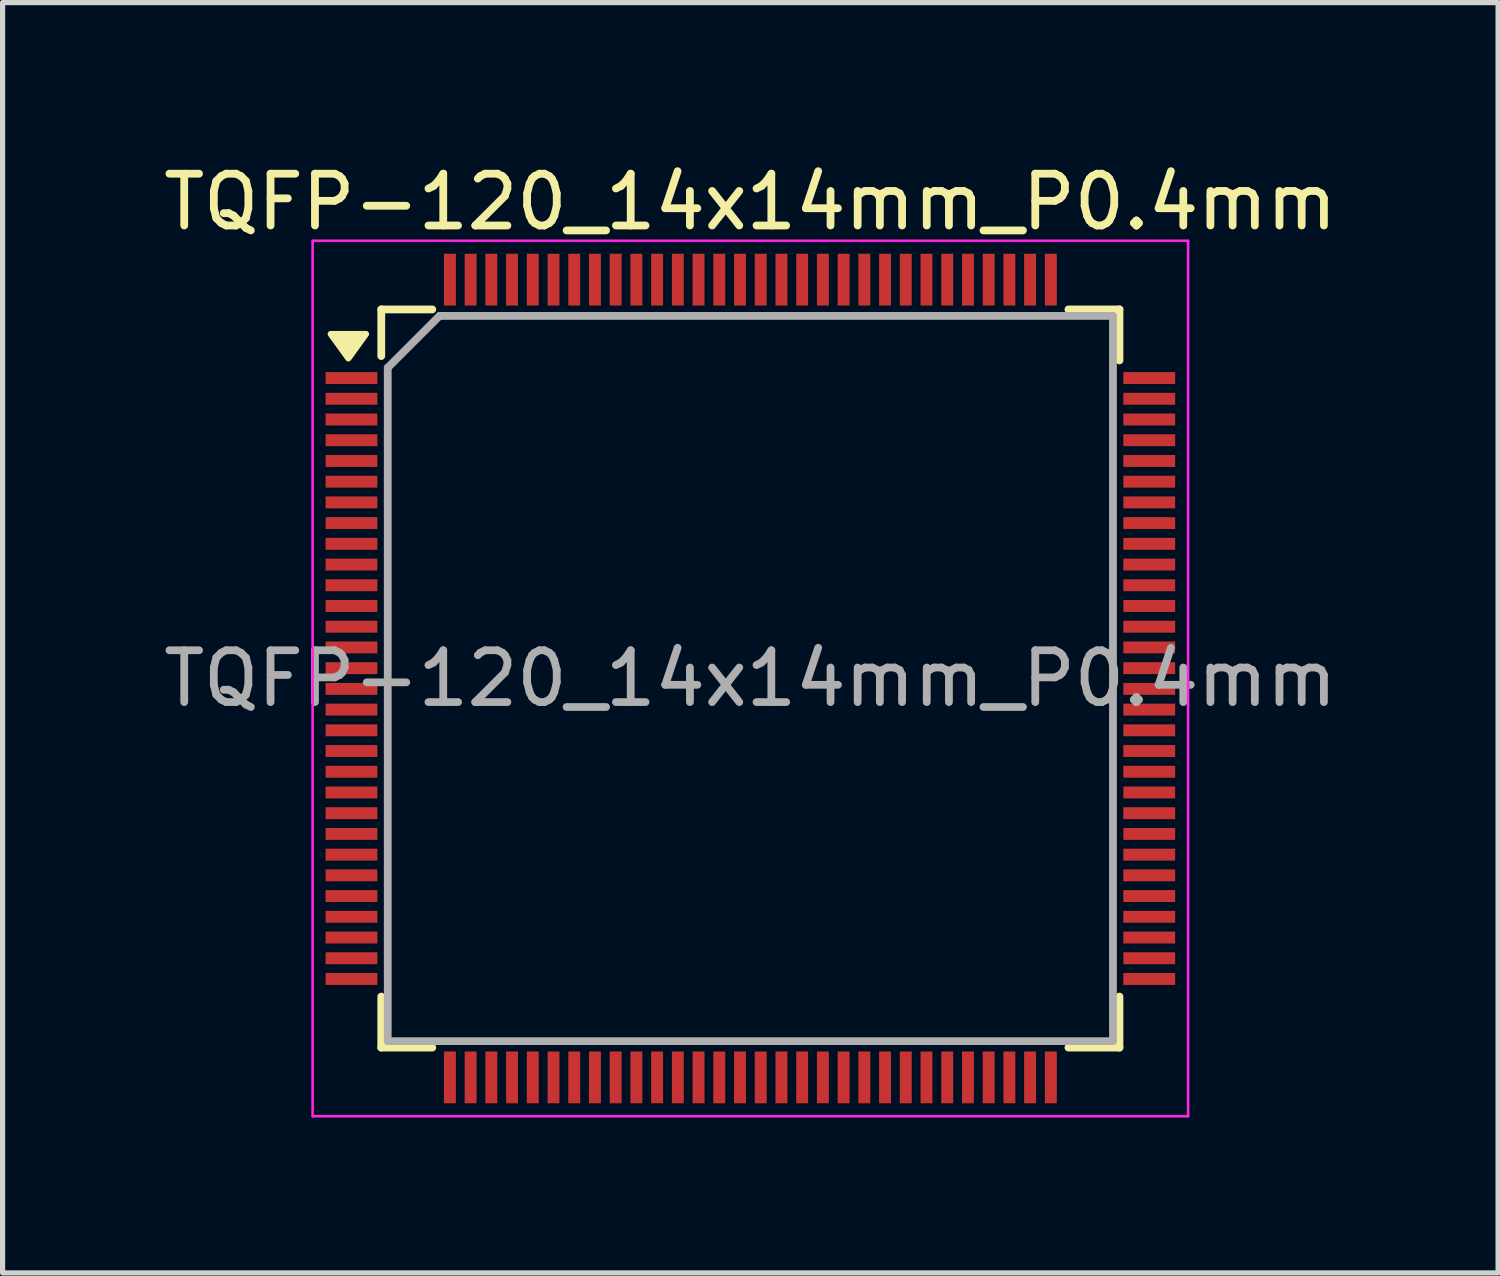
<source format=kicad_pcb>
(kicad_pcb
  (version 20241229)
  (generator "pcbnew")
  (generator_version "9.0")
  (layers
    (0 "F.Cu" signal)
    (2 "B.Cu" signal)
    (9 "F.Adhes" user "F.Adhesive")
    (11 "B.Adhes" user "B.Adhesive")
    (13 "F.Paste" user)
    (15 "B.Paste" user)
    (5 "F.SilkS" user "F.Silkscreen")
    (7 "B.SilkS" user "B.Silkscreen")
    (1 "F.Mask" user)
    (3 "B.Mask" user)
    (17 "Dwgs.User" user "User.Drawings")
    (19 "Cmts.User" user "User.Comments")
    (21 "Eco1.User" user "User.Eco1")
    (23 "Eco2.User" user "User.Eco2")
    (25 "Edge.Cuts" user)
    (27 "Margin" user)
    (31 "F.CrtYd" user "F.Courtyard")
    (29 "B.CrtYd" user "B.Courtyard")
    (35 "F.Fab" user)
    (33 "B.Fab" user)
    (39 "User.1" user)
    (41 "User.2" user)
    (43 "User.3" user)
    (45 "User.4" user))
  (footprint "TQFP-120_14x14mm_P0.4mm"
    (layer "F.Cu")
    (at 11.435 10.048)
    (property "Reference" "TQFP-120_14x14mm_P0.4mm" (at 0 -9.2 0) (layer "F.SilkS") (effects (font (size 1 1) (thickness 0.15))))
    (attr smd)
    (fp_line (start -7.125 -7.125) (end -7.125 -6.225) (stroke (width 0.15) (type solid)) (layer "F.SilkS"))
    (fp_line (start -7.125 -7.125) (end -6.14 -7.125) (stroke (width 0.15) (type solid)) (layer "F.SilkS"))
    (fp_line (start -7.125 7.125) (end -7.125 6.14) (stroke (width 0.15) (type solid)) (layer "F.SilkS"))
    (fp_line (start -7.125 7.125) (end -6.14 7.125) (stroke (width 0.15) (type solid)) (layer "F.SilkS"))
    (fp_line (start 7.125 -7.125) (end 6.14 -7.125) (stroke (width 0.15) (type solid)) (layer "F.SilkS"))
    (fp_line (start 7.125 -7.125) (end 7.125 -6.14) (stroke (width 0.15) (type solid)) (layer "F.SilkS"))
    (fp_line (start 7.125 7.125) (end 6.14 7.125) (stroke (width 0.15) (type solid)) (layer "F.SilkS"))
    (fp_line (start 7.125 7.125) (end 7.125 6.14) (stroke (width 0.15) (type solid)) (layer "F.SilkS"))
    (fp_poly (pts (xy -7.76 -6.18) (xy -8.1 -6.65) (xy -7.42 -6.65) (xy -7.76 -6.18)) (stroke (width 0.12) (type solid)) (fill yes) (layer "F.SilkS"))
    (fp_line (start -8.45 -8.45) (end -8.45 8.45) (stroke (width 0.05) (type solid)) (layer "F.CrtYd"))
    (fp_line (start -8.45 -8.45) (end 8.45 -8.45) (stroke (width 0.05) (type solid)) (layer "F.CrtYd"))
    (fp_line (start -8.45 8.45) (end 8.45 8.45) (stroke (width 0.05) (type solid)) (layer "F.CrtYd"))
    (fp_line (start 8.45 -8.45) (end 8.45 8.45) (stroke (width 0.05) (type solid)) (layer "F.CrtYd"))
    (fp_line (start -7 -6) (end -6 -7) (stroke (width 0.15) (type solid)) (layer "F.Fab"))
    (fp_line (start -7 7) (end -7 -6) (stroke (width 0.15) (type solid)) (layer "F.Fab"))
    (fp_line (start -6 -7) (end 7 -7) (stroke (width 0.15) (type solid)) (layer "F.Fab"))
    (fp_line (start 7 -7) (end 7 7) (stroke (width 0.15) (type solid)) (layer "F.Fab"))
    (fp_line (start 7 7) (end -7 7) (stroke (width 0.15) (type solid)) (layer "F.Fab"))
    (fp_text user "${REFERENCE}" (at 0 0 0) (layer "F.Fab") (effects (font (size 1 1) (thickness 0.15))))
    (pad "1" smd rect (at -7.7 -5.8) (size 1 0.23) (layers "F.Cu" "F.Mask" "F.Paste"))
    (pad "2" smd rect (at -7.7 -5.4) (size 1 0.23) (layers "F.Cu" "F.Mask" "F.Paste"))
    (pad "3" smd rect (at -7.7 -5) (size 1 0.23) (layers "F.Cu" "F.Mask" "F.Paste"))
    (pad "4" smd rect (at -7.7 -4.6) (size 1 0.23) (layers "F.Cu" "F.Mask" "F.Paste"))
    (pad "5" smd rect (at -7.7 -4.2) (size 1 0.23) (layers "F.Cu" "F.Mask" "F.Paste"))
    (pad "6" smd rect (at -7.7 -3.8) (size 1 0.23) (layers "F.Cu" "F.Mask" "F.Paste"))
    (pad "7" smd rect (at -7.7 -3.4) (size 1 0.23) (layers "F.Cu" "F.Mask" "F.Paste"))
    (pad "8" smd rect (at -7.7 -3) (size 1 0.23) (layers "F.Cu" "F.Mask" "F.Paste"))
    (pad "9" smd rect (at -7.7 -2.6) (size 1 0.23) (layers "F.Cu" "F.Mask" "F.Paste"))
    (pad "10" smd rect (at -7.7 -2.2) (size 1 0.23) (layers "F.Cu" "F.Mask" "F.Paste"))
    (pad "11" smd rect (at -7.7 -1.8) (size 1 0.23) (layers "F.Cu" "F.Mask" "F.Paste"))
    (pad "12" smd rect (at -7.7 -1.4) (size 1 0.23) (layers "F.Cu" "F.Mask" "F.Paste"))
    (pad "13" smd rect (at -7.7 -1) (size 1 0.23) (layers "F.Cu" "F.Mask" "F.Paste"))
    (pad "14" smd rect (at -7.7 -0.6) (size 1 0.23) (layers "F.Cu" "F.Mask" "F.Paste"))
    (pad "15" smd rect (at -7.7 -0.2) (size 1 0.23) (layers "F.Cu" "F.Mask" "F.Paste"))
    (pad "16" smd rect (at -7.7 0.2) (size 1 0.23) (layers "F.Cu" "F.Mask" "F.Paste"))
    (pad "17" smd rect (at -7.7 0.6) (size 1 0.23) (layers "F.Cu" "F.Mask" "F.Paste"))
    (pad "18" smd rect (at -7.7 1) (size 1 0.23) (layers "F.Cu" "F.Mask" "F.Paste"))
    (pad "19" smd rect (at -7.7 1.4) (size 1 0.23) (layers "F.Cu" "F.Mask" "F.Paste"))
    (pad "20" smd rect (at -7.7 1.8) (size 1 0.23) (layers "F.Cu" "F.Mask" "F.Paste"))
    (pad "21" smd rect (at -7.7 2.2) (size 1 0.23) (layers "F.Cu" "F.Mask" "F.Paste"))
    (pad "22" smd rect (at -7.7 2.6) (size 1 0.23) (layers "F.Cu" "F.Mask" "F.Paste"))
    (pad "23" smd rect (at -7.7 3) (size 1 0.23) (layers "F.Cu" "F.Mask" "F.Paste"))
    (pad "24" smd rect (at -7.7 3.4) (size 1 0.23) (layers "F.Cu" "F.Mask" "F.Paste"))
    (pad "25" smd rect (at -7.7 3.8) (size 1 0.23) (layers "F.Cu" "F.Mask" "F.Paste"))
    (pad "26" smd rect (at -7.7 4.2) (size 1 0.23) (layers "F.Cu" "F.Mask" "F.Paste"))
    (pad "27" smd rect (at -7.7 4.6) (size 1 0.23) (layers "F.Cu" "F.Mask" "F.Paste"))
    (pad "28" smd rect (at -7.7 5) (size 1 0.23) (layers "F.Cu" "F.Mask" "F.Paste"))
    (pad "29" smd rect (at -7.7 5.4) (size 1 0.23) (layers "F.Cu" "F.Mask" "F.Paste"))
    (pad "30" smd rect (at -7.7 5.8) (size 1 0.23) (layers "F.Cu" "F.Mask" "F.Paste"))
    (pad "31" smd rect (at -5.8 7.7 90) (size 1 0.23) (layers "F.Cu" "F.Mask" "F.Paste"))
    (pad "32" smd rect (at -5.4 7.7 90) (size 1 0.23) (layers "F.Cu" "F.Mask" "F.Paste"))
    (pad "33" smd rect (at -5 7.7 90) (size 1 0.23) (layers "F.Cu" "F.Mask" "F.Paste"))
    (pad "34" smd rect (at -4.6 7.7 90) (size 1 0.23) (layers "F.Cu" "F.Mask" "F.Paste"))
    (pad "35" smd rect (at -4.2 7.7 90) (size 1 0.23) (layers "F.Cu" "F.Mask" "F.Paste"))
    (pad "36" smd rect (at -3.8 7.7 90) (size 1 0.23) (layers "F.Cu" "F.Mask" "F.Paste"))
    (pad "37" smd rect (at -3.4 7.7 90) (size 1 0.23) (layers "F.Cu" "F.Mask" "F.Paste"))
    (pad "38" smd rect (at -3 7.7 90) (size 1 0.23) (layers "F.Cu" "F.Mask" "F.Paste"))
    (pad "39" smd rect (at -2.6 7.7 90) (size 1 0.23) (layers "F.Cu" "F.Mask" "F.Paste"))
    (pad "40" smd rect (at -2.2 7.7 90) (size 1 0.23) (layers "F.Cu" "F.Mask" "F.Paste"))
    (pad "41" smd rect (at -1.8 7.7 90) (size 1 0.23) (layers "F.Cu" "F.Mask" "F.Paste"))
    (pad "42" smd rect (at -1.4 7.7 90) (size 1 0.23) (layers "F.Cu" "F.Mask" "F.Paste"))
    (pad "43" smd rect (at -1 7.7 90) (size 1 0.23) (layers "F.Cu" "F.Mask" "F.Paste"))
    (pad "44" smd rect (at -0.6 7.7 90) (size 1 0.23) (layers "F.Cu" "F.Mask" "F.Paste"))
    (pad "45" smd rect (at -0.2 7.7 90) (size 1 0.23) (layers "F.Cu" "F.Mask" "F.Paste"))
    (pad "46" smd rect (at 0.2 7.7 90) (size 1 0.23) (layers "F.Cu" "F.Mask" "F.Paste"))
    (pad "47" smd rect (at 0.6 7.7 90) (size 1 0.23) (layers "F.Cu" "F.Mask" "F.Paste"))
    (pad "48" smd rect (at 1 7.7 90) (size 1 0.23) (layers "F.Cu" "F.Mask" "F.Paste"))
    (pad "49" smd rect (at 1.4 7.7 90) (size 1 0.23) (layers "F.Cu" "F.Mask" "F.Paste"))
    (pad "50" smd rect (at 1.8 7.7 90) (size 1 0.23) (layers "F.Cu" "F.Mask" "F.Paste"))
    (pad "51" smd rect (at 2.2 7.7 90) (size 1 0.23) (layers "F.Cu" "F.Mask" "F.Paste"))
    (pad "52" smd rect (at 2.6 7.7 90) (size 1 0.23) (layers "F.Cu" "F.Mask" "F.Paste"))
    (pad "53" smd rect (at 3 7.7 90) (size 1 0.23) (layers "F.Cu" "F.Mask" "F.Paste"))
    (pad "54" smd rect (at 3.4 7.7 90) (size 1 0.23) (layers "F.Cu" "F.Mask" "F.Paste"))
    (pad "55" smd rect (at 3.8 7.7 90) (size 1 0.23) (layers "F.Cu" "F.Mask" "F.Paste"))
    (pad "56" smd rect (at 4.2 7.7 90) (size 1 0.23) (layers "F.Cu" "F.Mask" "F.Paste"))
    (pad "57" smd rect (at 4.6 7.7 90) (size 1 0.23) (layers "F.Cu" "F.Mask" "F.Paste"))
    (pad "58" smd rect (at 5 7.7 90) (size 1 0.23) (layers "F.Cu" "F.Mask" "F.Paste"))
    (pad "59" smd rect (at 5.4 7.7 90) (size 1 0.23) (layers "F.Cu" "F.Mask" "F.Paste"))
    (pad "60" smd rect (at 5.8 7.7 90) (size 1 0.23) (layers "F.Cu" "F.Mask" "F.Paste"))
    (pad "61" smd rect (at 7.7 5.8) (size 1 0.23) (layers "F.Cu" "F.Mask" "F.Paste"))
    (pad "62" smd rect (at 7.7 5.4) (size 1 0.23) (layers "F.Cu" "F.Mask" "F.Paste"))
    (pad "63" smd rect (at 7.7 5) (size 1 0.23) (layers "F.Cu" "F.Mask" "F.Paste"))
    (pad "64" smd rect (at 7.7 4.6) (size 1 0.23) (layers "F.Cu" "F.Mask" "F.Paste"))
    (pad "65" smd rect (at 7.7 4.2) (size 1 0.23) (layers "F.Cu" "F.Mask" "F.Paste"))
    (pad "66" smd rect (at 7.7 3.8) (size 1 0.23) (layers "F.Cu" "F.Mask" "F.Paste"))
    (pad "67" smd rect (at 7.7 3.4) (size 1 0.23) (layers "F.Cu" "F.Mask" "F.Paste"))
    (pad "68" smd rect (at 7.7 3) (size 1 0.23) (layers "F.Cu" "F.Mask" "F.Paste"))
    (pad "69" smd rect (at 7.7 2.6) (size 1 0.23) (layers "F.Cu" "F.Mask" "F.Paste"))
    (pad "70" smd rect (at 7.7 2.2) (size 1 0.23) (layers "F.Cu" "F.Mask" "F.Paste"))
    (pad "71" smd rect (at 7.7 1.8) (size 1 0.23) (layers "F.Cu" "F.Mask" "F.Paste"))
    (pad "72" smd rect (at 7.7 1.4) (size 1 0.23) (layers "F.Cu" "F.Mask" "F.Paste"))
    (pad "73" smd rect (at 7.7 1) (size 1 0.23) (layers "F.Cu" "F.Mask" "F.Paste"))
    (pad "74" smd rect (at 7.7 0.6) (size 1 0.23) (layers "F.Cu" "F.Mask" "F.Paste"))
    (pad "75" smd rect (at 7.7 0.2) (size 1 0.23) (layers "F.Cu" "F.Mask" "F.Paste"))
    (pad "76" smd rect (at 7.7 -0.2) (size 1 0.23) (layers "F.Cu" "F.Mask" "F.Paste"))
    (pad "77" smd rect (at 7.7 -0.6) (size 1 0.23) (layers "F.Cu" "F.Mask" "F.Paste"))
    (pad "78" smd rect (at 7.7 -1) (size 1 0.23) (layers "F.Cu" "F.Mask" "F.Paste"))
    (pad "79" smd rect (at 7.7 -1.4) (size 1 0.23) (layers "F.Cu" "F.Mask" "F.Paste"))
    (pad "80" smd rect (at 7.7 -1.8) (size 1 0.23) (layers "F.Cu" "F.Mask" "F.Paste"))
    (pad "81" smd rect (at 7.7 -2.2) (size 1 0.23) (layers "F.Cu" "F.Mask" "F.Paste"))
    (pad "82" smd rect (at 7.7 -2.6) (size 1 0.23) (layers "F.Cu" "F.Mask" "F.Paste"))
    (pad "83" smd rect (at 7.7 -3) (size 1 0.23) (layers "F.Cu" "F.Mask" "F.Paste"))
    (pad "84" smd rect (at 7.7 -3.4) (size 1 0.23) (layers "F.Cu" "F.Mask" "F.Paste"))
    (pad "85" smd rect (at 7.7 -3.8) (size 1 0.23) (layers "F.Cu" "F.Mask" "F.Paste"))
    (pad "86" smd rect (at 7.7 -4.2) (size 1 0.23) (layers "F.Cu" "F.Mask" "F.Paste"))
    (pad "87" smd rect (at 7.7 -4.6) (size 1 0.23) (layers "F.Cu" "F.Mask" "F.Paste"))
    (pad "88" smd rect (at 7.7 -5) (size 1 0.23) (layers "F.Cu" "F.Mask" "F.Paste"))
    (pad "89" smd rect (at 7.7 -5.4) (size 1 0.23) (layers "F.Cu" "F.Mask" "F.Paste"))
    (pad "90" smd rect (at 7.7 -5.8) (size 1 0.23) (layers "F.Cu" "F.Mask" "F.Paste"))
    (pad "91" smd rect (at 5.8 -7.7 90) (size 1 0.23) (layers "F.Cu" "F.Mask" "F.Paste"))
    (pad "92" smd rect (at 5.4 -7.7 90) (size 1 0.23) (layers "F.Cu" "F.Mask" "F.Paste"))
    (pad "93" smd rect (at 5 -7.7 90) (size 1 0.23) (layers "F.Cu" "F.Mask" "F.Paste"))
    (pad "94" smd rect (at 4.6 -7.7 90) (size 1 0.23) (layers "F.Cu" "F.Mask" "F.Paste"))
    (pad "95" smd rect (at 4.2 -7.7 90) (size 1 0.23) (layers "F.Cu" "F.Mask" "F.Paste"))
    (pad "96" smd rect (at 3.8 -7.7 90) (size 1 0.23) (layers "F.Cu" "F.Mask" "F.Paste"))
    (pad "97" smd rect (at 3.4 -7.7 90) (size 1 0.23) (layers "F.Cu" "F.Mask" "F.Paste"))
    (pad "98" smd rect (at 3 -7.7 90) (size 1 0.23) (layers "F.Cu" "F.Mask" "F.Paste"))
    (pad "99" smd rect (at 2.6 -7.7 90) (size 1 0.23) (layers "F.Cu" "F.Mask" "F.Paste"))
    (pad "100" smd rect (at 2.2 -7.7 90) (size 1 0.23) (layers "F.Cu" "F.Mask" "F.Paste"))
    (pad "101" smd rect (at 1.8 -7.7 90) (size 1 0.23) (layers "F.Cu" "F.Mask" "F.Paste"))
    (pad "102" smd rect (at 1.4 -7.7 90) (size 1 0.23) (layers "F.Cu" "F.Mask" "F.Paste"))
    (pad "103" smd rect (at 1 -7.7 90) (size 1 0.23) (layers "F.Cu" "F.Mask" "F.Paste"))
    (pad "104" smd rect (at 0.6 -7.7 90) (size 1 0.23) (layers "F.Cu" "F.Mask" "F.Paste"))
    (pad "105" smd rect (at 0.2 -7.7 90) (size 1 0.23) (layers "F.Cu" "F.Mask" "F.Paste"))
    (pad "106" smd rect (at -0.2 -7.7 90) (size 1 0.23) (layers "F.Cu" "F.Mask" "F.Paste"))
    (pad "107" smd rect (at -0.6 -7.7 90) (size 1 0.23) (layers "F.Cu" "F.Mask" "F.Paste"))
    (pad "108" smd rect (at -1 -7.7 90) (size 1 0.23) (layers "F.Cu" "F.Mask" "F.Paste"))
    (pad "109" smd rect (at -1.4 -7.7 90) (size 1 0.23) (layers "F.Cu" "F.Mask" "F.Paste"))
    (pad "110" smd rect (at -1.8 -7.7 90) (size 1 0.23) (layers "F.Cu" "F.Mask" "F.Paste"))
    (pad "111" smd rect (at -2.2 -7.7 90) (size 1 0.23) (layers "F.Cu" "F.Mask" "F.Paste"))
    (pad "112" smd rect (at -2.6 -7.7 90) (size 1 0.23) (layers "F.Cu" "F.Mask" "F.Paste"))
    (pad "113" smd rect (at -3 -7.7 90) (size 1 0.23) (layers "F.Cu" "F.Mask" "F.Paste"))
    (pad "114" smd rect (at -3.4 -7.7 90) (size 1 0.23) (layers "F.Cu" "F.Mask" "F.Paste"))
    (pad "115" smd rect (at -3.8 -7.7 90) (size 1 0.23) (layers "F.Cu" "F.Mask" "F.Paste"))
    (pad "116" smd rect (at -4.2 -7.7 90) (size 1 0.23) (layers "F.Cu" "F.Mask" "F.Paste"))
    (pad "117" smd rect (at -4.6 -7.7 90) (size 1 0.23) (layers "F.Cu" "F.Mask" "F.Paste"))
    (pad "118" smd rect (at -5 -7.7 90) (size 1 0.23) (layers "F.Cu" "F.Mask" "F.Paste"))
    (pad "119" smd rect (at -5.4 -7.7 90) (size 1 0.23) (layers "F.Cu" "F.Mask" "F.Paste"))
    (pad "120" smd rect (at -5.8 -7.7 90) (size 1 0.23) (layers "F.Cu" "F.Mask" "F.Paste")))
  (gr_rect
    (start -3 -3)
    (end 25.869 21.523)
    (stroke (width 0.1) (type default))
    (fill no)
    (layer "Edge.Cuts")))
</source>
